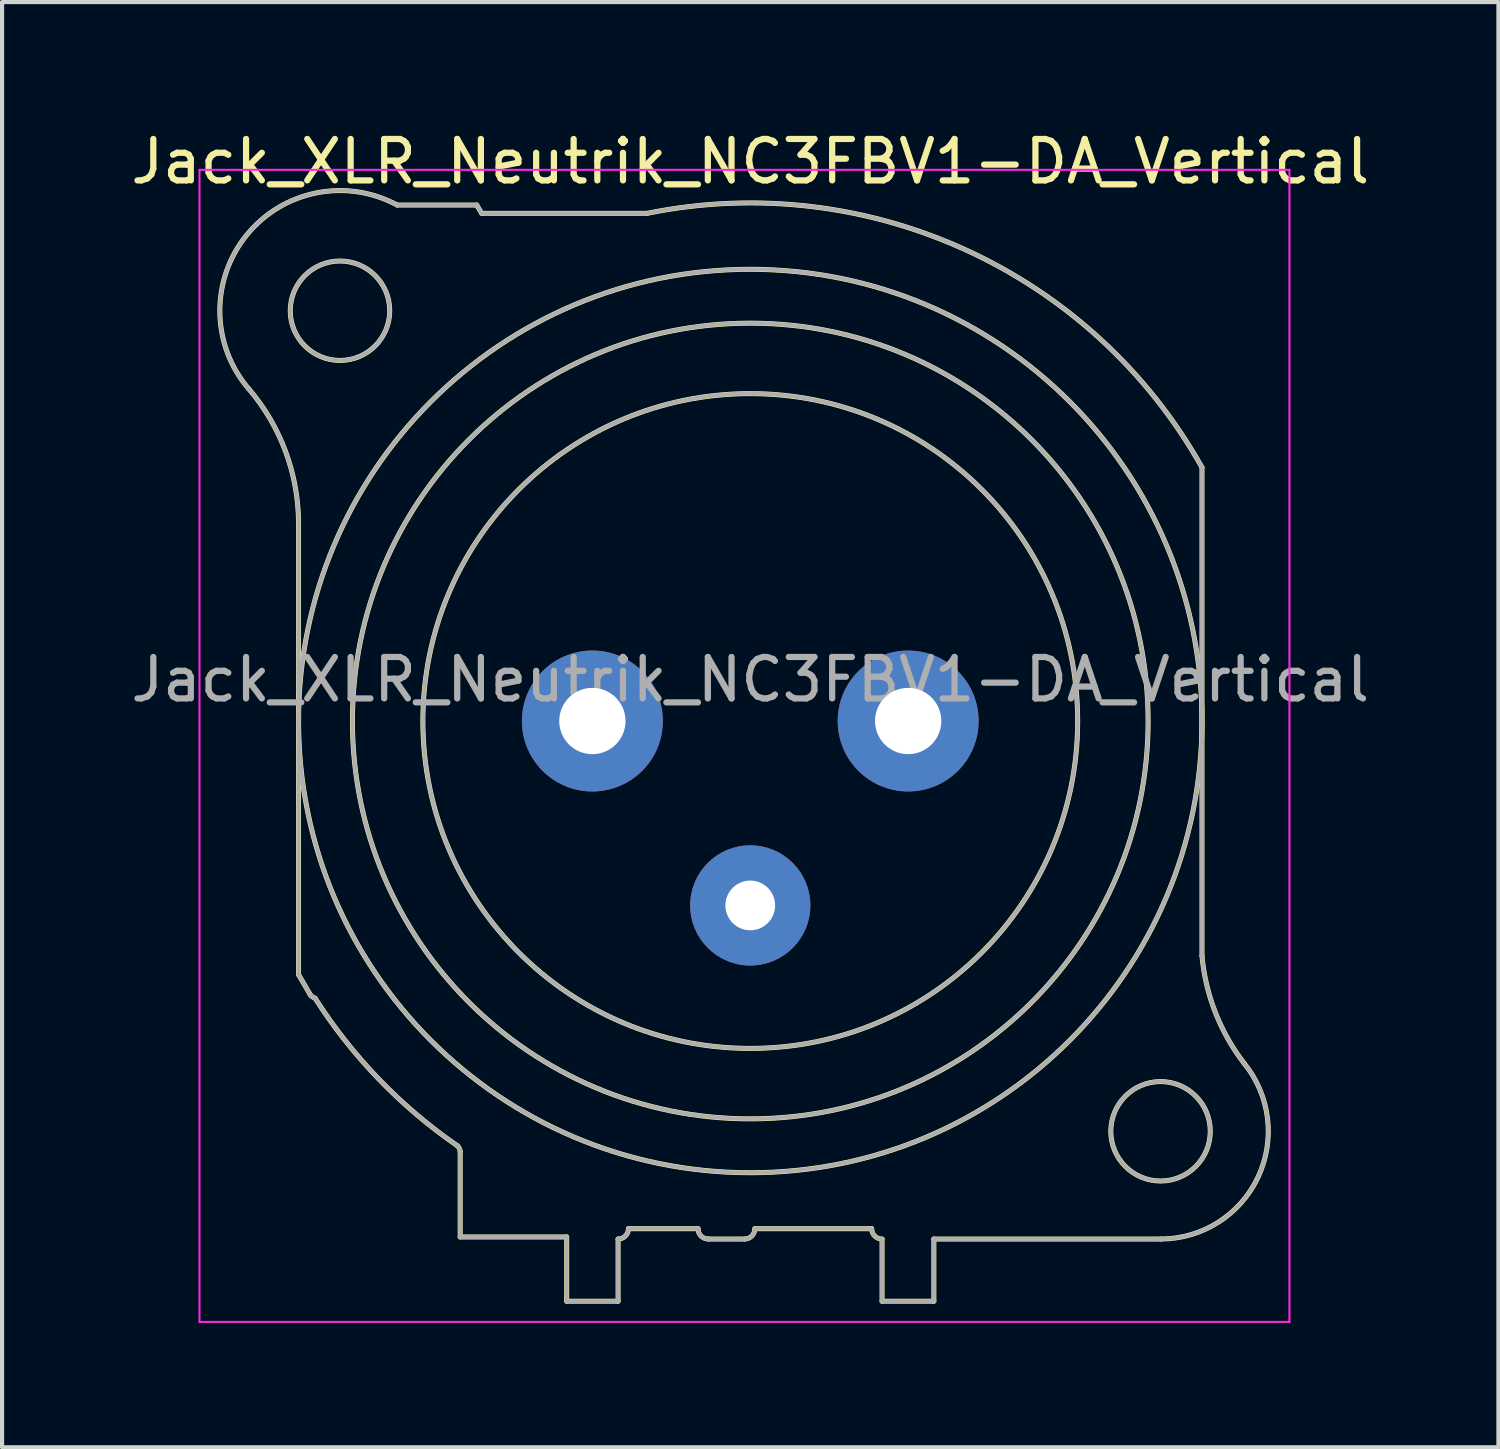
<source format=kicad_pcb>
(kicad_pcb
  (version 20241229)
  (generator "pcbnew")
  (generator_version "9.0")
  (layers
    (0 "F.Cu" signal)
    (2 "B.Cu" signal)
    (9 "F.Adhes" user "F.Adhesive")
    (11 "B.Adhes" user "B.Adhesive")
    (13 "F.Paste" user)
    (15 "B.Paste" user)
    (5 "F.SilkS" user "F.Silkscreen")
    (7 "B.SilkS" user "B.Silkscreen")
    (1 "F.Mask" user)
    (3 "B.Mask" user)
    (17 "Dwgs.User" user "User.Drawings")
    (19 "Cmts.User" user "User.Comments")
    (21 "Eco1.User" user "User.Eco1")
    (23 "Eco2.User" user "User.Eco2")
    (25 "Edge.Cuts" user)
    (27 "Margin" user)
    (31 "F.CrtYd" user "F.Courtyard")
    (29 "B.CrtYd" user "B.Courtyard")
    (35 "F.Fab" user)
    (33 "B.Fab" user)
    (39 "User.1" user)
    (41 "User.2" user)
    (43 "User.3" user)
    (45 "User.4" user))
  (footprint "Jack_XLR_Neutrik_NC3FBV1-DA_Vertical"
    (layer "F.Cu")
    (at 18.864 14.348)
    (property "Reference" "Jack_XLR_Neutrik_NC3FBV1-DA_Vertical" (at -3.81 -13.5 0) (layer "F.SilkS") (effects (font (size 1 1) (thickness 0.15))))
    (attr through_hole)
    (fp_line (start -14.71 -4.76) (end -14.71 6.12) (stroke (width 0.12) (type solid)) (layer "F.SilkS"))
    (fp_line (start -14.71 6.12) (end -14.43 6.6) (stroke (width 0.12) (type solid)) (layer "F.SilkS"))
    (fp_line (start -10.81 10.39) (end -10.81 12.45) (stroke (width 0.12) (type solid)) (layer "F.SilkS"))
    (fp_line (start -10.81 12.45) (end -8.24 12.45) (stroke (width 0.12) (type solid)) (layer "F.SilkS"))
    (fp_line (start -10.41 -12.45) (end -12.33 -12.45) (stroke (width 0.12) (type solid)) (layer "F.SilkS"))
    (fp_line (start -10.29 -12.25) (end -10.41 -12.45) (stroke (width 0.12) (type solid)) (layer "F.SilkS"))
    (fp_line (start -8.24 12.45) (end -8.24 14) (stroke (width 0.12) (type solid)) (layer "F.SilkS"))
    (fp_line (start -7 14) (end -8.24 14) (stroke (width 0.12) (type solid)) (layer "F.SilkS"))
    (fp_line (start -7 14) (end -7 12.5) (stroke (width 0.12) (type solid)) (layer "F.SilkS"))
    (fp_line (start -6.75 12.25) (end -5.07 12.25) (stroke (width 0.12) (type solid)) (layer "F.SilkS"))
    (fp_line (start -6.3 -12.25) (end -10.29 -12.25) (stroke (width 0.12) (type solid)) (layer "F.SilkS"))
    (fp_line (start -4.82 12.5) (end -3.95 12.5) (stroke (width 0.12) (type solid)) (layer "F.SilkS"))
    (fp_line (start -3.7 12.25) (end -0.88 12.25) (stroke (width 0.12) (type solid)) (layer "F.SilkS"))
    (fp_line (start -0.63 12.5) (end -0.63 14) (stroke (width 0.12) (type solid)) (layer "F.SilkS"))
    (fp_line (start 0.62 12.5) (end 6.09 12.5) (stroke (width 0.12) (type solid)) (layer "F.SilkS"))
    (fp_line (start 0.62 14) (end -0.63 14) (stroke (width 0.12) (type solid)) (layer "F.SilkS"))
    (fp_line (start 0.62 14) (end 0.62 12.5) (stroke (width 0.12) (type solid)) (layer "F.SilkS"))
    (fp_line (start 7.09 5.67) (end 7.09 -6.12) (stroke (width 0.12) (type solid)) (layer "F.SilkS"))
    (fp_arc (start -15.916051 -8.020379) (mid -15.021177 -6.498148) (end -14.71 -4.76) (stroke (width 0.12) (type solid)) (layer "F.SilkS"))
    (fp_arc (start -15.908884 -8.010077) (mid -15.967404 -11.719623) (end -12.33 -12.45) (stroke (width 0.12) (type solid)) (layer "F.SilkS"))
    (fp_arc (start -14.313753 6.685219) (mid -14.379716 6.653303) (end -14.43 6.6) (stroke (width 0.12) (type solid)) (layer "F.SilkS"))
    (fp_arc (start -10.879208 10.248532) (mid -12.772983 8.641241) (end -14.31 6.69) (stroke (width 0.12) (type solid)) (layer "F.SilkS"))
    (fp_arc (start -10.874359 10.252686) (mid -10.828679 10.315015) (end -10.81 10.39) (stroke (width 0.12) (type solid)) (layer "F.SilkS"))
    (fp_arc (start -6.75 12.25) (mid -6.823223 12.426777) (end -7 12.5) (stroke (width 0.12) (type solid)) (layer "F.SilkS"))
    (fp_arc (start -6.283571 -12.253402) (mid 1.401126 -11.362596) (end 7.09 -6.12) (stroke (width 0.12) (type solid)) (layer "F.SilkS"))
    (fp_arc (start -4.82 12.5) (mid -4.996777 12.426777) (end -5.07 12.25) (stroke (width 0.12) (type solid)) (layer "F.SilkS"))
    (fp_arc (start -3.7 12.25) (mid -3.773223 12.426777) (end -3.95 12.5) (stroke (width 0.12) (type solid)) (layer "F.SilkS"))
    (fp_arc (start -0.63 12.5) (mid -0.806777 12.426777) (end -0.88 12.25) (stroke (width 0.12) (type solid)) (layer "F.SilkS"))
    (fp_arc (start 8.110579 8.263767) (mid 8.436721 11.019329) (end 6.09 12.5) (stroke (width 0.12) (type solid)) (layer "F.SilkS"))
    (fp_arc (start 8.111727 8.266808) (mid 7.416073 7.041111) (end 7.09 5.67) (stroke (width 0.12) (type solid)) (layer "F.SilkS"))
    (fp_circle (center -13.71 -9.9) (end -12.51 -9.9) (stroke (width 0.12) (type solid)) (fill no) (layer "F.SilkS"))
    (fp_circle (center -3.81 0) (end 4.09 0) (stroke (width 0.12) (type solid)) (fill no) (layer "F.SilkS"))
    (fp_circle (center -3.81 0) (end 5.79 0) (stroke (width 0.12) (type solid)) (fill no) (layer "F.SilkS"))
    (fp_circle (center -3.81 0) (end 7.09 0) (stroke (width 0.12) (type solid)) (fill no) (layer "F.SilkS"))
    (fp_circle (center 6.09 9.9) (end 7.29 9.9) (stroke (width 0.12) (type solid)) (fill no) (layer "F.SilkS"))
    (fp_line (start -17.1 -13.3) (end 9.2 -13.3) (stroke (width 0.05) (type solid)) (layer "F.CrtYd"))
    (fp_line (start -17.1 14.5) (end -17.1 -13.3) (stroke (width 0.05) (type solid)) (layer "F.CrtYd"))
    (fp_line (start 9.2 -13.3) (end 9.2 14.5) (stroke (width 0.05) (type solid)) (layer "F.CrtYd"))
    (fp_line (start 9.2 14.5) (end -17.1 14.5) (stroke (width 0.05) (type solid)) (layer "F.CrtYd"))
    (fp_line (start -14.71 -4.76) (end -14.71 6.12) (stroke (width 0.1) (type solid)) (layer "F.Fab"))
    (fp_line (start -14.71 6.12) (end -14.43 6.6) (stroke (width 0.1) (type solid)) (layer "F.Fab"))
    (fp_line (start -10.81 10.39) (end -10.81 12.45) (stroke (width 0.1) (type solid)) (layer "F.Fab"))
    (fp_line (start -10.81 12.45) (end -8.24 12.45) (stroke (width 0.1) (type solid)) (layer "F.Fab"))
    (fp_line (start -10.41 -12.45) (end -12.33 -12.45) (stroke (width 0.1) (type solid)) (layer "F.Fab"))
    (fp_line (start -10.29 -12.25) (end -10.41 -12.45) (stroke (width 0.1) (type solid)) (layer "F.Fab"))
    (fp_line (start -8.24 12.45) (end -8.24 14) (stroke (width 0.1) (type solid)) (layer "F.Fab"))
    (fp_line (start -7 14) (end -8.24 14) (stroke (width 0.1) (type solid)) (layer "F.Fab"))
    (fp_line (start -7 14) (end -7 12.5) (stroke (width 0.1) (type solid)) (layer "F.Fab"))
    (fp_line (start -6.75 12.25) (end -5.07 12.25) (stroke (width 0.1) (type solid)) (layer "F.Fab"))
    (fp_line (start -6.3 -12.25) (end -10.29 -12.25) (stroke (width 0.1) (type solid)) (layer "F.Fab"))
    (fp_line (start -4.82 12.5) (end -3.95 12.5) (stroke (width 0.1) (type solid)) (layer "F.Fab"))
    (fp_line (start -3.7 12.25) (end -0.88 12.25) (stroke (width 0.1) (type solid)) (layer "F.Fab"))
    (fp_line (start -0.63 12.5) (end -0.63 14) (stroke (width 0.1) (type solid)) (layer "F.Fab"))
    (fp_line (start 0.62 12.5) (end 6.09 12.5) (stroke (width 0.1) (type solid)) (layer "F.Fab"))
    (fp_line (start 0.62 14) (end -0.63 14) (stroke (width 0.1) (type solid)) (layer "F.Fab"))
    (fp_line (start 0.62 14) (end 0.62 12.5) (stroke (width 0.1) (type solid)) (layer "F.Fab"))
    (fp_line (start 7.09 5.67) (end 7.09 -6.12) (stroke (width 0.1) (type solid)) (layer "F.Fab"))
    (fp_arc (start -15.916051 -8.020379) (mid -15.021177 -6.498148) (end -14.71 -4.76) (stroke (width 0.1) (type solid)) (layer "F.Fab"))
    (fp_arc (start -15.908884 -8.010077) (mid -15.967404 -11.719623) (end -12.33 -12.45) (stroke (width 0.1) (type solid)) (layer "F.Fab"))
    (fp_arc (start -14.313753 6.685219) (mid -14.379716 6.653303) (end -14.43 6.6) (stroke (width 0.1) (type solid)) (layer "F.Fab"))
    (fp_arc (start -10.879208 10.248532) (mid -12.772983 8.641241) (end -14.31 6.69) (stroke (width 0.1) (type solid)) (layer "F.Fab"))
    (fp_arc (start -10.874359 10.252686) (mid -10.828679 10.315015) (end -10.81 10.39) (stroke (width 0.1) (type solid)) (layer "F.Fab"))
    (fp_arc (start -6.75 12.25) (mid -6.823223 12.426777) (end -7 12.5) (stroke (width 0.1) (type solid)) (layer "F.Fab"))
    (fp_arc (start -6.283571 -12.253402) (mid 1.401126 -11.362596) (end 7.09 -6.12) (stroke (width 0.1) (type solid)) (layer "F.Fab"))
    (fp_arc (start -4.82 12.5) (mid -4.996777 12.426777) (end -5.07 12.25) (stroke (width 0.1) (type solid)) (layer "F.Fab"))
    (fp_arc (start -3.7 12.25) (mid -3.773223 12.426777) (end -3.95 12.5) (stroke (width 0.1) (type solid)) (layer "F.Fab"))
    (fp_arc (start -0.63 12.5) (mid -0.806777 12.426777) (end -0.88 12.25) (stroke (width 0.1) (type solid)) (layer "F.Fab"))
    (fp_arc (start 8.110579 8.263767) (mid 8.436721 11.019329) (end 6.09 12.5) (stroke (width 0.1) (type solid)) (layer "F.Fab"))
    (fp_arc (start 8.111727 8.266808) (mid 7.416073 7.041111) (end 7.09 5.67) (stroke (width 0.1) (type solid)) (layer "F.Fab"))
    (fp_circle (center -13.71 -9.9) (end -12.51 -9.9) (stroke (width 0.1) (type solid)) (fill no) (layer "F.Fab"))
    (fp_circle (center -3.81 0) (end 4.09 0) (stroke (width 0.1) (type solid)) (fill no) (layer "F.Fab"))
    (fp_circle (center -3.81 0) (end 5.79 0) (stroke (width 0.1) (type solid)) (fill no) (layer "F.Fab"))
    (fp_circle (center -3.81 0) (end 7.09 0) (stroke (width 0.1) (type solid)) (fill no) (layer "F.Fab"))
    (fp_circle (center 6.09 9.9) (end 7.29 9.9) (stroke (width 0.1) (type solid)) (fill no) (layer "F.Fab"))
    (fp_text user "${REFERENCE}" (at -3.81 -1 0) (layer "F.Fab") (effects (font (size 1 1) (thickness 0.15))))
    (pad "1" thru_hole circle (at 0 0) (size 3.4 3.4) (drill 1.6) (layers "*.Cu" "*.Mask"))
    (pad "2" thru_hole circle (at -7.62 0) (size 3.4 3.4) (drill 1.6) (layers "*.Cu" "*.Mask"))
    (pad "3" thru_hole circle (at -3.81 4.45) (size 2.9 2.9) (drill 1.2) (layers "*.Cu" "*.Mask")))
  (gr_rect
    (start -3 -3)
    (end 33.107 31.873)
    (stroke (width 0.1) (type default))
    (fill no)
    (layer "Edge.Cuts")))
</source>
